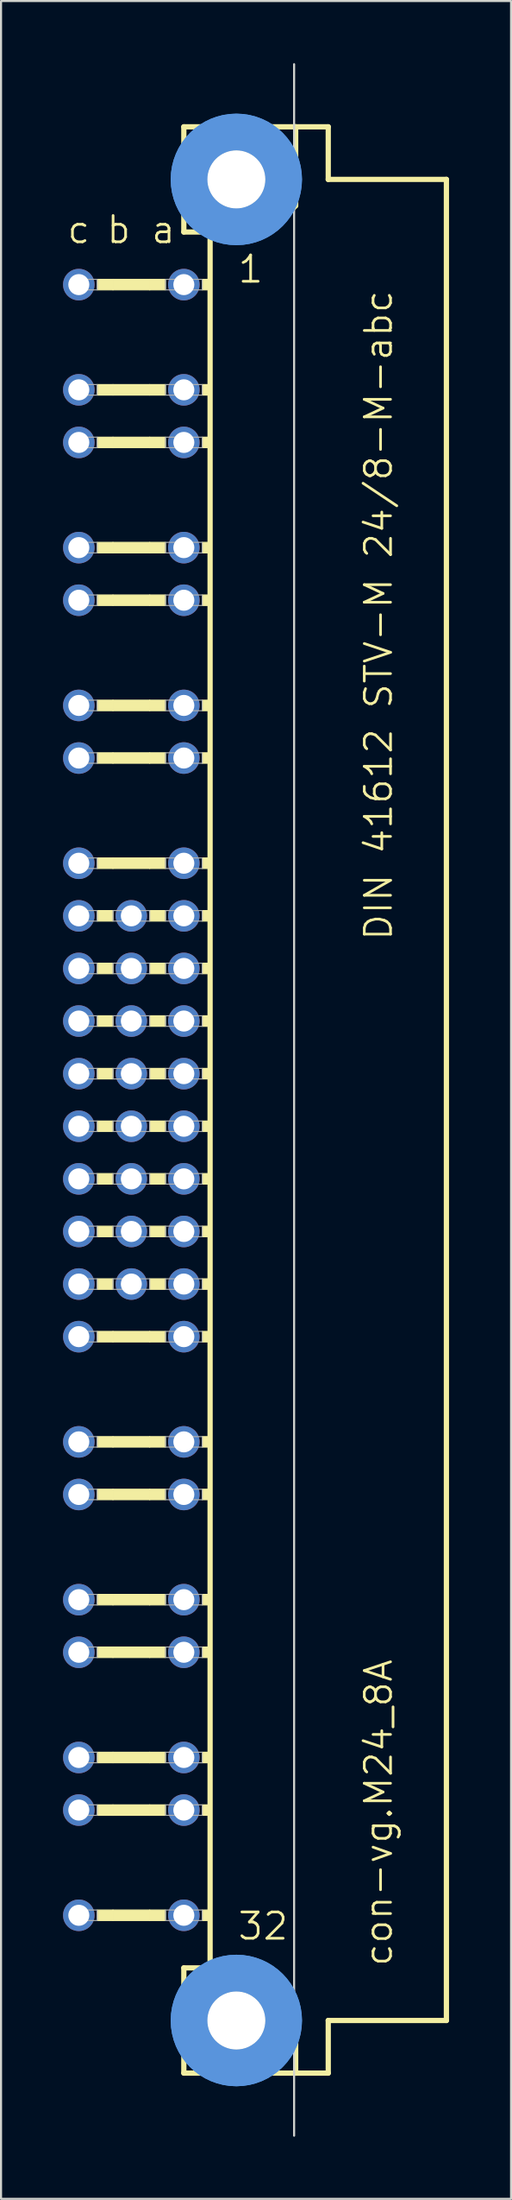
<source format=kicad_pcb>
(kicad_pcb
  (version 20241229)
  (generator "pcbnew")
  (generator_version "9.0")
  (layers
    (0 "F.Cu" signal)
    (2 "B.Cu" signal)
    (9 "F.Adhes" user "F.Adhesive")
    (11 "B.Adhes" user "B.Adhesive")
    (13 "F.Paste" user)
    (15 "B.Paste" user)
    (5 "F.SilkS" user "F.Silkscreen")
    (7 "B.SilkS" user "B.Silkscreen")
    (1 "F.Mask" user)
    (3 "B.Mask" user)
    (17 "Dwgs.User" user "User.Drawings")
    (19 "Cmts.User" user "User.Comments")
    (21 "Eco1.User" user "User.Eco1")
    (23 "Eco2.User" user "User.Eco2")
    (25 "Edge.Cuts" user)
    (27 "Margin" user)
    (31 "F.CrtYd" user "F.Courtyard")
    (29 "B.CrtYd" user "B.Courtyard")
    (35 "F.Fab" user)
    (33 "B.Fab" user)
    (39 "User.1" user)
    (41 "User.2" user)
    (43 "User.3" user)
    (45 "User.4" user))
  (footprint "con-vg.M24_8A"
    (layer "F.Cu")
    (at 8.382 50.063)
    (property "Reference" "con-vg.M24_8A" (at 7.62 41.91 90) (layer "F.SilkS") (effects (font (size 1.27 1.27) (thickness 0.13)) (justify left bottom)))
    (attr through_hole)
    (fp_line (start -2.54 -46.99) (end -2.54 -41.91) (stroke (width 0.254) (type default)) (layer "F.SilkS"))
    (fp_line (start -2.54 -41.91) (end -1.27 -41.91) (stroke (width 0.254) (type default)) (layer "F.SilkS"))
    (fp_line (start -2.54 41.91) (end -2.54 46.99) (stroke (width 0.254) (type default)) (layer "F.SilkS"))
    (fp_line (start -2.54 41.91) (end -1.27 41.91) (stroke (width 0.254) (type default)) (layer "F.SilkS"))
    (fp_line (start -2.54 46.99) (end 2.87 46.99) (stroke (width 0.254) (type default)) (layer "F.SilkS"))
    (fp_line (start -1.27 -41.91) (end -1.27 41.91) (stroke (width 0.254) (type default)) (layer "F.SilkS"))
    (fp_line (start -1.27 -41.91) (end 1.6 -41.91) (stroke (width 0.254) (type default)) (layer "F.SilkS"))
    (fp_line (start -1.27 41.91) (end 1.27 41.91) (stroke (width 0.254) (type default)) (layer "F.SilkS"))
    (fp_line (start 1.6 -41.91) (end 2.87 -43.18) (stroke (width 0.254) (type default)) (layer "F.SilkS"))
    (fp_line (start 2.87 -46.99) (end -2.54 -46.99) (stroke (width 0.254) (type default)) (layer "F.SilkS"))
    (fp_line (start 2.87 -43.18) (end 2.87 -46.99) (stroke (width 0.254) (type default)) (layer "F.SilkS"))
    (fp_line (start 2.87 43.51) (end 1.27 41.91) (stroke (width 0.254) (type default)) (layer "F.SilkS"))
    (fp_line (start 2.87 43.51) (end 2.87 46.99) (stroke (width 0.254) (type default)) (layer "F.SilkS"))
    (fp_line (start 2.87 46.99) (end 4.445 46.99) (stroke (width 0.254) (type default)) (layer "F.SilkS"))
    (fp_line (start 4.445 -46.99) (end 2.87 -46.99) (stroke (width 0.254) (type default)) (layer "F.SilkS"))
    (fp_line (start 4.445 -44.45) (end 4.445 -46.99) (stroke (width 0.254) (type default)) (layer "F.SilkS"))
    (fp_line (start 4.445 44.45) (end 10.16 44.45) (stroke (width 0.254) (type default)) (layer "F.SilkS"))
    (fp_line (start 4.445 46.99) (end 4.445 44.45) (stroke (width 0.254) (type default)) (layer "F.SilkS"))
    (fp_line (start 10.16 -44.45) (end 4.445 -44.45) (stroke (width 0.254) (type default)) (layer "F.SilkS"))
    (fp_line (start 10.16 44.45) (end 10.16 -44.45) (stroke (width 0.254) (type default)) (layer "F.SilkS"))
    (fp_rect (start -6.731 -39.116) (end -5.969 -39.624) (stroke (width 0.05) (type default)) (fill yes) (layer "F.SilkS"))
    (fp_rect (start -6.731 -34.036) (end -5.969 -34.544) (stroke (width 0.05) (type default)) (fill yes) (layer "F.SilkS"))
    (fp_rect (start -6.731 -31.496) (end -5.969 -32.004) (stroke (width 0.05) (type default)) (fill yes) (layer "F.SilkS"))
    (fp_rect (start -6.731 -26.416) (end -5.969 -26.924) (stroke (width 0.05) (type default)) (fill yes) (layer "F.SilkS"))
    (fp_rect (start -6.731 -23.876) (end -5.969 -24.384) (stroke (width 0.05) (type default)) (fill yes) (layer "F.SilkS"))
    (fp_rect (start -6.731 -18.796) (end -5.969 -19.304) (stroke (width 0.05) (type default)) (fill yes) (layer "F.SilkS"))
    (fp_rect (start -6.731 -16.256) (end -5.969 -16.764) (stroke (width 0.05) (type default)) (fill yes) (layer "F.SilkS"))
    (fp_rect (start -6.731 -11.176) (end -5.969 -11.684) (stroke (width 0.05) (type default)) (fill yes) (layer "F.SilkS"))
    (fp_rect (start -6.731 -8.636) (end -5.969 -9.144) (stroke (width 0.05) (type default)) (fill yes) (layer "F.SilkS"))
    (fp_rect (start -6.731 -6.096) (end -5.969 -6.604) (stroke (width 0.05) (type default)) (fill yes) (layer "F.SilkS"))
    (fp_rect (start -6.731 -3.556) (end -5.969 -4.064) (stroke (width 0.05) (type default)) (fill yes) (layer "F.SilkS"))
    (fp_rect (start -6.731 -1.016) (end -5.969 -1.524) (stroke (width 0.05) (type default)) (fill yes) (layer "F.SilkS"))
    (fp_rect (start -6.731 1.524) (end -5.969 1.016) (stroke (width 0.05) (type default)) (fill yes) (layer "F.SilkS"))
    (fp_rect (start -6.731 4.064) (end -5.969 3.556) (stroke (width 0.05) (type default)) (fill yes) (layer "F.SilkS"))
    (fp_rect (start -6.731 6.604) (end -5.969 6.096) (stroke (width 0.05) (type default)) (fill yes) (layer "F.SilkS"))
    (fp_rect (start -6.731 9.144) (end -5.969 8.636) (stroke (width 0.05) (type default)) (fill yes) (layer "F.SilkS"))
    (fp_rect (start -6.731 11.684) (end -5.969 11.176) (stroke (width 0.05) (type default)) (fill yes) (layer "F.SilkS"))
    (fp_rect (start -6.731 16.764) (end -5.969 16.256) (stroke (width 0.05) (type default)) (fill yes) (layer "F.SilkS"))
    (fp_rect (start -6.731 19.304) (end -5.969 18.796) (stroke (width 0.05) (type default)) (fill yes) (layer "F.SilkS"))
    (fp_rect (start -6.731 24.384) (end -5.969 23.876) (stroke (width 0.05) (type default)) (fill yes) (layer "F.SilkS"))
    (fp_rect (start -6.731 26.924) (end -5.969 26.416) (stroke (width 0.05) (type default)) (fill yes) (layer "F.SilkS"))
    (fp_rect (start -6.731 32.004) (end -5.969 31.496) (stroke (width 0.05) (type default)) (fill yes) (layer "F.SilkS"))
    (fp_rect (start -6.731 34.544) (end -5.969 34.036) (stroke (width 0.05) (type default)) (fill yes) (layer "F.SilkS"))
    (fp_rect (start -6.731 39.624) (end -5.969 39.116) (stroke (width 0.05) (type default)) (fill yes) (layer "F.SilkS"))
    (fp_rect (start -5.969 -39.116) (end -4.191 -39.624) (stroke (width 0.05) (type default)) (fill yes) (layer "F.SilkS"))
    (fp_rect (start -5.969 -34.036) (end -4.191 -34.544) (stroke (width 0.05) (type default)) (fill yes) (layer "F.SilkS"))
    (fp_rect (start -5.969 -31.496) (end -4.191 -32.004) (stroke (width 0.05) (type default)) (fill yes) (layer "F.SilkS"))
    (fp_rect (start -5.969 -26.416) (end -4.191 -26.924) (stroke (width 0.05) (type default)) (fill yes) (layer "F.SilkS"))
    (fp_rect (start -5.969 -23.876) (end -4.191 -24.384) (stroke (width 0.05) (type default)) (fill yes) (layer "F.SilkS"))
    (fp_rect (start -5.969 -18.796) (end -4.191 -19.304) (stroke (width 0.05) (type default)) (fill yes) (layer "F.SilkS"))
    (fp_rect (start -5.969 -16.256) (end -4.191 -16.764) (stroke (width 0.05) (type default)) (fill yes) (layer "F.SilkS"))
    (fp_rect (start -5.969 -11.176) (end -4.191 -11.684) (stroke (width 0.05) (type default)) (fill yes) (layer "F.SilkS"))
    (fp_rect (start -5.969 11.684) (end -4.191 11.176) (stroke (width 0.05) (type default)) (fill yes) (layer "F.SilkS"))
    (fp_rect (start -5.969 16.764) (end -4.191 16.256) (stroke (width 0.05) (type default)) (fill yes) (layer "F.SilkS"))
    (fp_rect (start -5.969 19.304) (end -4.191 18.796) (stroke (width 0.05) (type default)) (fill yes) (layer "F.SilkS"))
    (fp_rect (start -5.969 24.384) (end -4.191 23.876) (stroke (width 0.05) (type default)) (fill yes) (layer "F.SilkS"))
    (fp_rect (start -5.969 26.924) (end -4.191 26.416) (stroke (width 0.05) (type default)) (fill yes) (layer "F.SilkS"))
    (fp_rect (start -5.969 32.004) (end -4.191 31.496) (stroke (width 0.05) (type default)) (fill yes) (layer "F.SilkS"))
    (fp_rect (start -5.969 34.544) (end -4.191 34.036) (stroke (width 0.05) (type default)) (fill yes) (layer "F.SilkS"))
    (fp_rect (start -5.969 39.624) (end -4.191 39.116) (stroke (width 0.05) (type default)) (fill yes) (layer "F.SilkS"))
    (fp_rect (start -4.191 -39.116) (end -3.429 -39.624) (stroke (width 0.05) (type default)) (fill yes) (layer "F.SilkS"))
    (fp_rect (start -4.191 -34.036) (end -3.429 -34.544) (stroke (width 0.05) (type default)) (fill yes) (layer "F.SilkS"))
    (fp_rect (start -4.191 -31.496) (end -3.429 -32.004) (stroke (width 0.05) (type default)) (fill yes) (layer "F.SilkS"))
    (fp_rect (start -4.191 -26.416) (end -3.429 -26.924) (stroke (width 0.05) (type default)) (fill yes) (layer "F.SilkS"))
    (fp_rect (start -4.191 -23.876) (end -3.429 -24.384) (stroke (width 0.05) (type default)) (fill yes) (layer "F.SilkS"))
    (fp_rect (start -4.191 -18.796) (end -3.429 -19.304) (stroke (width 0.05) (type default)) (fill yes) (layer "F.SilkS"))
    (fp_rect (start -4.191 -16.256) (end -3.429 -16.764) (stroke (width 0.05) (type default)) (fill yes) (layer "F.SilkS"))
    (fp_rect (start -4.191 -11.176) (end -3.429 -11.684) (stroke (width 0.05) (type default)) (fill yes) (layer "F.SilkS"))
    (fp_rect (start -4.191 -8.636) (end -3.429 -9.144) (stroke (width 0.05) (type default)) (fill yes) (layer "F.SilkS"))
    (fp_rect (start -4.191 -6.096) (end -3.429 -6.604) (stroke (width 0.05) (type default)) (fill yes) (layer "F.SilkS"))
    (fp_rect (start -4.191 -3.556) (end -3.429 -4.064) (stroke (width 0.05) (type default)) (fill yes) (layer "F.SilkS"))
    (fp_rect (start -4.191 -1.016) (end -3.429 -1.524) (stroke (width 0.05) (type default)) (fill yes) (layer "F.SilkS"))
    (fp_rect (start -4.191 1.524) (end -3.429 1.016) (stroke (width 0.05) (type default)) (fill yes) (layer "F.SilkS"))
    (fp_rect (start -4.191 4.064) (end -3.429 3.556) (stroke (width 0.05) (type default)) (fill yes) (layer "F.SilkS"))
    (fp_rect (start -4.191 6.604) (end -3.429 6.096) (stroke (width 0.05) (type default)) (fill yes) (layer "F.SilkS"))
    (fp_rect (start -4.191 9.144) (end -3.429 8.636) (stroke (width 0.05) (type default)) (fill yes) (layer "F.SilkS"))
    (fp_rect (start -4.191 11.684) (end -3.429 11.176) (stroke (width 0.05) (type default)) (fill yes) (layer "F.SilkS"))
    (fp_rect (start -4.191 16.764) (end -3.429 16.256) (stroke (width 0.05) (type default)) (fill yes) (layer "F.SilkS"))
    (fp_rect (start -4.191 19.304) (end -3.429 18.796) (stroke (width 0.05) (type default)) (fill yes) (layer "F.SilkS"))
    (fp_rect (start -4.191 24.384) (end -3.429 23.876) (stroke (width 0.05) (type default)) (fill yes) (layer "F.SilkS"))
    (fp_rect (start -4.191 26.924) (end -3.429 26.416) (stroke (width 0.05) (type default)) (fill yes) (layer "F.SilkS"))
    (fp_rect (start -4.191 32.004) (end -3.429 31.496) (stroke (width 0.05) (type default)) (fill yes) (layer "F.SilkS"))
    (fp_rect (start -4.191 34.544) (end -3.429 34.036) (stroke (width 0.05) (type default)) (fill yes) (layer "F.SilkS"))
    (fp_rect (start -4.191 39.624) (end -3.429 39.116) (stroke (width 0.05) (type default)) (fill yes) (layer "F.SilkS"))
    (fp_rect (start -1.651 -39.116) (end -1.27 -39.624) (stroke (width 0.05) (type default)) (fill yes) (layer "F.SilkS"))
    (fp_rect (start -1.651 -34.036) (end -1.27 -34.544) (stroke (width 0.05) (type default)) (fill yes) (layer "F.SilkS"))
    (fp_rect (start -1.651 -31.496) (end -1.27 -32.004) (stroke (width 0.05) (type default)) (fill yes) (layer "F.SilkS"))
    (fp_rect (start -1.651 -26.416) (end -1.27 -26.924) (stroke (width 0.05) (type default)) (fill yes) (layer "F.SilkS"))
    (fp_rect (start -1.651 -23.876) (end -1.27 -24.384) (stroke (width 0.05) (type default)) (fill yes) (layer "F.SilkS"))
    (fp_rect (start -1.651 -18.796) (end -1.27 -19.304) (stroke (width 0.05) (type default)) (fill yes) (layer "F.SilkS"))
    (fp_rect (start -1.651 -16.256) (end -1.27 -16.764) (stroke (width 0.05) (type default)) (fill yes) (layer "F.SilkS"))
    (fp_rect (start -1.651 -11.176) (end -1.27 -11.684) (stroke (width 0.05) (type default)) (fill yes) (layer "F.SilkS"))
    (fp_rect (start -1.651 -8.636) (end -1.27 -9.144) (stroke (width 0.05) (type default)) (fill yes) (layer "F.SilkS"))
    (fp_rect (start -1.651 -6.096) (end -1.27 -6.604) (stroke (width 0.05) (type default)) (fill yes) (layer "F.SilkS"))
    (fp_rect (start -1.651 -3.556) (end -1.27 -4.064) (stroke (width 0.05) (type default)) (fill yes) (layer "F.SilkS"))
    (fp_rect (start -1.651 -1.016) (end -1.27 -1.524) (stroke (width 0.05) (type default)) (fill yes) (layer "F.SilkS"))
    (fp_rect (start -1.651 1.524) (end -1.27 1.016) (stroke (width 0.05) (type default)) (fill yes) (layer "F.SilkS"))
    (fp_rect (start -1.651 4.064) (end -1.27 3.556) (stroke (width 0.05) (type default)) (fill yes) (layer "F.SilkS"))
    (fp_rect (start -1.651 6.604) (end -1.27 6.096) (stroke (width 0.05) (type default)) (fill yes) (layer "F.SilkS"))
    (fp_rect (start -1.651 9.144) (end -1.27 8.636) (stroke (width 0.05) (type default)) (fill yes) (layer "F.SilkS"))
    (fp_rect (start -1.651 11.684) (end -1.27 11.176) (stroke (width 0.05) (type default)) (fill yes) (layer "F.SilkS"))
    (fp_rect (start -1.651 16.764) (end -1.27 16.256) (stroke (width 0.05) (type default)) (fill yes) (layer "F.SilkS"))
    (fp_rect (start -1.651 19.304) (end -1.27 18.796) (stroke (width 0.05) (type default)) (fill yes) (layer "F.SilkS"))
    (fp_rect (start -1.651 24.384) (end -1.27 23.876) (stroke (width 0.05) (type default)) (fill yes) (layer "F.SilkS"))
    (fp_rect (start -1.651 26.924) (end -1.27 26.416) (stroke (width 0.05) (type default)) (fill yes) (layer "F.SilkS"))
    (fp_rect (start -1.651 32.004) (end -1.27 31.496) (stroke (width 0.05) (type default)) (fill yes) (layer "F.SilkS"))
    (fp_rect (start -1.651 34.544) (end -1.27 34.036) (stroke (width 0.05) (type default)) (fill yes) (layer "F.SilkS"))
    (fp_rect (start -1.651 39.624) (end -1.27 39.116) (stroke (width 0.05) (type default)) (fill yes) (layer "F.SilkS"))
    (fp_circle (center 0 -44.45) (end 1.27 -44.45) (stroke (width 0.254) (type default)) (fill no) (layer "F.SilkS"))
    (fp_circle (center 0 44.45) (end 1.27 44.45) (stroke (width 0.254) (type default)) (fill no) (layer "F.SilkS"))
    (fp_circle (center 0 -44.45) (end 2.286 -44.45) (stroke (width 1.778) (type default)) (fill no) (layer "Cmts.User"))
    (fp_circle (center 0 -44.45) (end 2.286 -44.45) (stroke (width 1.778) (type default)) (fill no) (layer "Cmts.User"))
    (fp_circle (center 0 44.45) (end 2.286 44.45) (stroke (width 1.778) (type default)) (fill no) (layer "Cmts.User"))
    (fp_circle (center 0 44.45) (end 2.286 44.45) (stroke (width 1.778) (type default)) (fill no) (layer "Cmts.User"))
    (fp_line (start 2.794 50.013) (end 2.794 -50.013) (stroke (width 0.1) (type default)) (layer "Edge.Cuts"))
    (fp_rect (start -7.874 -39.116) (end -6.731 -39.624) (stroke (width 0.05) (type default)) (fill no) (layer "F.Fab"))
    (fp_rect (start -7.874 -34.036) (end -6.731 -34.544) (stroke (width 0.05) (type default)) (fill no) (layer "F.Fab"))
    (fp_rect (start -7.874 -31.496) (end -6.731 -32.004) (stroke (width 0.05) (type default)) (fill no) (layer "F.Fab"))
    (fp_rect (start -7.874 -26.416) (end -6.731 -26.924) (stroke (width 0.05) (type default)) (fill no) (layer "F.Fab"))
    (fp_rect (start -7.874 -23.876) (end -6.731 -24.384) (stroke (width 0.05) (type default)) (fill no) (layer "F.Fab"))
    (fp_rect (start -7.874 -18.796) (end -6.731 -19.304) (stroke (width 0.05) (type default)) (fill no) (layer "F.Fab"))
    (fp_rect (start -7.874 -16.256) (end -6.731 -16.764) (stroke (width 0.05) (type default)) (fill no) (layer "F.Fab"))
    (fp_rect (start -7.874 -11.176) (end -6.731 -11.684) (stroke (width 0.05) (type default)) (fill no) (layer "F.Fab"))
    (fp_rect (start -7.874 -8.636) (end -6.731 -9.144) (stroke (width 0.05) (type default)) (fill no) (layer "F.Fab"))
    (fp_rect (start -7.874 -6.096) (end -6.731 -6.604) (stroke (width 0.05) (type default)) (fill no) (layer "F.Fab"))
    (fp_rect (start -7.874 -3.556) (end -6.731 -4.064) (stroke (width 0.05) (type default)) (fill no) (layer "F.Fab"))
    (fp_rect (start -7.874 -1.016) (end -6.731 -1.524) (stroke (width 0.05) (type default)) (fill no) (layer "F.Fab"))
    (fp_rect (start -7.874 1.524) (end -6.731 1.016) (stroke (width 0.05) (type default)) (fill no) (layer "F.Fab"))
    (fp_rect (start -7.874 4.064) (end -6.731 3.556) (stroke (width 0.05) (type default)) (fill no) (layer "F.Fab"))
    (fp_rect (start -7.874 6.604) (end -6.731 6.096) (stroke (width 0.05) (type default)) (fill no) (layer "F.Fab"))
    (fp_rect (start -7.874 9.144) (end -6.731 8.636) (stroke (width 0.05) (type default)) (fill no) (layer "F.Fab"))
    (fp_rect (start -7.874 11.684) (end -6.731 11.176) (stroke (width 0.05) (type default)) (fill no) (layer "F.Fab"))
    (fp_rect (start -7.874 16.764) (end -6.731 16.256) (stroke (width 0.05) (type default)) (fill no) (layer "F.Fab"))
    (fp_rect (start -7.874 19.304) (end -6.731 18.796) (stroke (width 0.05) (type default)) (fill no) (layer "F.Fab"))
    (fp_rect (start -7.874 24.384) (end -6.731 23.876) (stroke (width 0.05) (type default)) (fill no) (layer "F.Fab"))
    (fp_rect (start -7.874 26.924) (end -6.731 26.416) (stroke (width 0.05) (type default)) (fill no) (layer "F.Fab"))
    (fp_rect (start -7.874 32.004) (end -6.731 31.496) (stroke (width 0.05) (type default)) (fill no) (layer "F.Fab"))
    (fp_rect (start -7.874 34.544) (end -6.731 34.036) (stroke (width 0.05) (type default)) (fill no) (layer "F.Fab"))
    (fp_rect (start -7.874 39.624) (end -6.731 39.116) (stroke (width 0.05) (type default)) (fill no) (layer "F.Fab"))
    (fp_rect (start -5.969 -8.636) (end -4.191 -9.144) (stroke (width 0.05) (type default)) (fill no) (layer "F.Fab"))
    (fp_rect (start -5.969 -6.096) (end -4.191 -6.604) (stroke (width 0.05) (type default)) (fill no) (layer "F.Fab"))
    (fp_rect (start -5.969 -3.556) (end -4.191 -4.064) (stroke (width 0.05) (type default)) (fill no) (layer "F.Fab"))
    (fp_rect (start -5.969 -1.016) (end -4.191 -1.524) (stroke (width 0.05) (type default)) (fill no) (layer "F.Fab"))
    (fp_rect (start -5.969 1.524) (end -4.191 1.016) (stroke (width 0.05) (type default)) (fill no) (layer "F.Fab"))
    (fp_rect (start -5.969 4.064) (end -4.191 3.556) (stroke (width 0.05) (type default)) (fill no) (layer "F.Fab"))
    (fp_rect (start -5.969 6.604) (end -4.191 6.096) (stroke (width 0.05) (type default)) (fill no) (layer "F.Fab"))
    (fp_rect (start -5.969 9.144) (end -4.191 8.636) (stroke (width 0.05) (type default)) (fill no) (layer "F.Fab"))
    (fp_rect (start -3.429 -39.116) (end -1.651 -39.624) (stroke (width 0.05) (type default)) (fill no) (layer "F.Fab"))
    (fp_rect (start -3.429 -34.036) (end -1.651 -34.544) (stroke (width 0.05) (type default)) (fill no) (layer "F.Fab"))
    (fp_rect (start -3.429 -31.496) (end -1.651 -32.004) (stroke (width 0.05) (type default)) (fill no) (layer "F.Fab"))
    (fp_rect (start -3.429 -26.416) (end -1.651 -26.924) (stroke (width 0.05) (type default)) (fill no) (layer "F.Fab"))
    (fp_rect (start -3.429 -23.876) (end -1.651 -24.384) (stroke (width 0.05) (type default)) (fill no) (layer "F.Fab"))
    (fp_rect (start -3.429 -18.796) (end -1.651 -19.304) (stroke (width 0.05) (type default)) (fill no) (layer "F.Fab"))
    (fp_rect (start -3.429 -16.256) (end -1.651 -16.764) (stroke (width 0.05) (type default)) (fill no) (layer "F.Fab"))
    (fp_rect (start -3.429 -11.176) (end -1.651 -11.684) (stroke (width 0.05) (type default)) (fill no) (layer "F.Fab"))
    (fp_rect (start -3.429 -8.636) (end -1.651 -9.144) (stroke (width 0.05) (type default)) (fill no) (layer "F.Fab"))
    (fp_rect (start -3.429 -6.096) (end -1.651 -6.604) (stroke (width 0.05) (type default)) (fill no) (layer "F.Fab"))
    (fp_rect (start -3.429 -3.556) (end -1.651 -4.064) (stroke (width 0.05) (type default)) (fill no) (layer "F.Fab"))
    (fp_rect (start -3.429 -1.016) (end -1.651 -1.524) (stroke (width 0.05) (type default)) (fill no) (layer "F.Fab"))
    (fp_rect (start -3.429 1.524) (end -1.651 1.016) (stroke (width 0.05) (type default)) (fill no) (layer "F.Fab"))
    (fp_rect (start -3.429 4.064) (end -1.651 3.556) (stroke (width 0.05) (type default)) (fill no) (layer "F.Fab"))
    (fp_rect (start -3.429 6.604) (end -1.651 6.096) (stroke (width 0.05) (type default)) (fill no) (layer "F.Fab"))
    (fp_rect (start -3.429 9.144) (end -1.651 8.636) (stroke (width 0.05) (type default)) (fill no) (layer "F.Fab"))
    (fp_rect (start -3.429 11.684) (end -1.651 11.176) (stroke (width 0.05) (type default)) (fill no) (layer "F.Fab"))
    (fp_rect (start -3.429 16.764) (end -1.651 16.256) (stroke (width 0.05) (type default)) (fill no) (layer "F.Fab"))
    (fp_rect (start -3.429 19.304) (end -1.651 18.796) (stroke (width 0.05) (type default)) (fill no) (layer "F.Fab"))
    (fp_rect (start -3.429 24.384) (end -1.651 23.876) (stroke (width 0.05) (type default)) (fill no) (layer "F.Fab"))
    (fp_rect (start -3.429 26.924) (end -1.651 26.416) (stroke (width 0.05) (type default)) (fill no) (layer "F.Fab"))
    (fp_rect (start -3.429 32.004) (end -1.651 31.496) (stroke (width 0.05) (type default)) (fill no) (layer "F.Fab"))
    (fp_rect (start -3.429 34.544) (end -1.651 34.036) (stroke (width 0.05) (type default)) (fill no) (layer "F.Fab"))
    (fp_rect (start -3.429 39.624) (end -1.651 39.116) (stroke (width 0.05) (type default)) (fill no) (layer "F.Fab"))
    (fp_text user "c" (at -8.255 -41.275 0) (layer "F.SilkS") (effects (font (size 1.27 1.27) (thickness 0.13)) (justify left bottom)))
    (fp_text user "DIN 41612 STV-M 24/8-M-abc" (at 7.62 -7.62 90) (layer "F.SilkS") (effects (font (size 1.27 1.27) (thickness 0.13)) (justify left bottom)))
    (fp_text user "b" (at -6.35 -41.275 0) (layer "F.SilkS") (effects (font (size 1.27 1.27) (thickness 0.13)) (justify left bottom)))
    (fp_text user "32" (at 0 40.64 0) (layer "F.SilkS") (effects (font (size 1.27 1.27) (thickness 0.13)) (justify left bottom)))
    (fp_text user "a" (at -4.191 -41.275 0) (layer "F.SilkS") (effects (font (size 1.27 1.27) (thickness 0.13)) (justify left bottom)))
    (fp_text user "1" (at 0 -39.37 0) (layer "F.SilkS") (effects (font (size 1.27 1.27) (thickness 0.13)) (justify left bottom)))
    (pad "" np_thru_hole circle (at 0 -44.45) (size 2.8 2.8) (drill 2.8) (layers "*.Cu" "*.Mask"))
    (pad "" np_thru_hole circle (at 0 44.45) (size 2.8 2.8) (drill 2.8) (layers "*.Cu" "*.Mask"))
    (pad "A1" thru_hole circle (at -2.54 -39.37) (size 1.524 1.524) (drill 1.016) (layers "*.Cu" "*.Mask"))
    (pad "A3" thru_hole circle (at -2.54 -34.29) (size 1.524 1.524) (drill 1.016) (layers "*.Cu" "*.Mask"))
    (pad "A4" thru_hole circle (at -2.54 -31.75) (size 1.524 1.524) (drill 1.016) (layers "*.Cu" "*.Mask"))
    (pad "A6" thru_hole circle (at -2.54 -26.67) (size 1.524 1.524) (drill 1.016) (layers "*.Cu" "*.Mask"))
    (pad "A7" thru_hole circle (at -2.54 -24.13) (size 1.524 1.524) (drill 1.016) (layers "*.Cu" "*.Mask"))
    (pad "A9" thru_hole circle (at -2.54 -19.05) (size 1.524 1.524) (drill 1.016) (layers "*.Cu" "*.Mask"))
    (pad "A10" thru_hole circle (at -2.54 -16.51) (size 1.524 1.524) (drill 1.016) (layers "*.Cu" "*.Mask"))
    (pad "A12" thru_hole circle (at -2.54 -11.43) (size 1.524 1.524) (drill 1.016) (layers "*.Cu" "*.Mask"))
    (pad "A13" thru_hole circle (at -2.54 -8.89) (size 1.524 1.524) (drill 1.016) (layers "*.Cu" "*.Mask"))
    (pad "A14" thru_hole circle (at -2.54 -6.35) (size 1.524 1.524) (drill 1.016) (layers "*.Cu" "*.Mask"))
    (pad "A15" thru_hole circle (at -2.54 -3.81) (size 1.524 1.524) (drill 1.016) (layers "*.Cu" "*.Mask"))
    (pad "A16" thru_hole circle (at -2.54 -1.27) (size 1.524 1.524) (drill 1.016) (layers "*.Cu" "*.Mask"))
    (pad "A17" thru_hole circle (at -2.54 1.27) (size 1.524 1.524) (drill 1.016) (layers "*.Cu" "*.Mask"))
    (pad "A18" thru_hole circle (at -2.54 3.81) (size 1.524 1.524) (drill 1.016) (layers "*.Cu" "*.Mask"))
    (pad "A19" thru_hole circle (at -2.54 6.35) (size 1.524 1.524) (drill 1.016) (layers "*.Cu" "*.Mask"))
    (pad "A20" thru_hole circle (at -2.54 8.89) (size 1.524 1.524) (drill 1.016) (layers "*.Cu" "*.Mask"))
    (pad "A21" thru_hole circle (at -2.54 11.43) (size 1.524 1.524) (drill 1.016) (layers "*.Cu" "*.Mask"))
    (pad "A23" thru_hole circle (at -2.54 16.51) (size 1.524 1.524) (drill 1.016) (layers "*.Cu" "*.Mask"))
    (pad "A24" thru_hole circle (at -2.54 19.05) (size 1.524 1.524) (drill 1.016) (layers "*.Cu" "*.Mask"))
    (pad "A26" thru_hole circle (at -2.54 24.13) (size 1.524 1.524) (drill 1.016) (layers "*.Cu" "*.Mask"))
    (pad "A27" thru_hole circle (at -2.54 26.67) (size 1.524 1.524) (drill 1.016) (layers "*.Cu" "*.Mask"))
    (pad "A29" thru_hole circle (at -2.54 31.75) (size 1.524 1.524) (drill 1.016) (layers "*.Cu" "*.Mask"))
    (pad "A30" thru_hole circle (at -2.54 34.29) (size 1.524 1.524) (drill 1.016) (layers "*.Cu" "*.Mask"))
    (pad "A32" thru_hole circle (at -2.54 39.37) (size 1.524 1.524) (drill 1.016) (layers "*.Cu" "*.Mask"))
    (pad "B13" thru_hole circle (at -5.08 -8.89) (size 1.524 1.524) (drill 1.016) (layers "*.Cu" "*.Mask"))
    (pad "B14" thru_hole circle (at -5.08 -6.35) (size 1.524 1.524) (drill 1.016) (layers "*.Cu" "*.Mask"))
    (pad "B15" thru_hole circle (at -5.08 -3.81) (size 1.524 1.524) (drill 1.016) (layers "*.Cu" "*.Mask"))
    (pad "B16" thru_hole circle (at -5.08 -1.27) (size 1.524 1.524) (drill 1.016) (layers "*.Cu" "*.Mask"))
    (pad "B17" thru_hole circle (at -5.08 1.27) (size 1.524 1.524) (drill 1.016) (layers "*.Cu" "*.Mask"))
    (pad "B18" thru_hole circle (at -5.08 3.81) (size 1.524 1.524) (drill 1.016) (layers "*.Cu" "*.Mask"))
    (pad "B19" thru_hole circle (at -5.08 6.35) (size 1.524 1.524) (drill 1.016) (layers "*.Cu" "*.Mask"))
    (pad "B20" thru_hole circle (at -5.08 8.89) (size 1.524 1.524) (drill 1.016) (layers "*.Cu" "*.Mask"))
    (pad "C1" thru_hole circle (at -7.62 -39.37) (size 1.524 1.524) (drill 1.016) (layers "*.Cu" "*.Mask"))
    (pad "C3" thru_hole circle (at -7.62 -34.29) (size 1.524 1.524) (drill 1.016) (layers "*.Cu" "*.Mask"))
    (pad "C4" thru_hole circle (at -7.62 -31.75) (size 1.524 1.524) (drill 1.016) (layers "*.Cu" "*.Mask"))
    (pad "C6" thru_hole circle (at -7.62 -26.67) (size 1.524 1.524) (drill 1.016) (layers "*.Cu" "*.Mask"))
    (pad "C7" thru_hole circle (at -7.62 -24.13) (size 1.524 1.524) (drill 1.016) (layers "*.Cu" "*.Mask"))
    (pad "C9" thru_hole circle (at -7.62 -19.05) (size 1.524 1.524) (drill 1.016) (layers "*.Cu" "*.Mask"))
    (pad "C10" thru_hole circle (at -7.62 -16.51) (size 1.524 1.524) (drill 1.016) (layers "*.Cu" "*.Mask"))
    (pad "C12" thru_hole circle (at -7.62 -11.43) (size 1.524 1.524) (drill 1.016) (layers "*.Cu" "*.Mask"))
    (pad "C13" thru_hole circle (at -7.62 -8.89) (size 1.524 1.524) (drill 1.016) (layers "*.Cu" "*.Mask"))
    (pad "C14" thru_hole circle (at -7.62 -6.35) (size 1.524 1.524) (drill 1.016) (layers "*.Cu" "*.Mask"))
    (pad "C15" thru_hole circle (at -7.62 -3.81) (size 1.524 1.524) (drill 1.016) (layers "*.Cu" "*.Mask"))
    (pad "C16" thru_hole circle (at -7.62 -1.27) (size 1.524 1.524) (drill 1.016) (layers "*.Cu" "*.Mask"))
    (pad "C17" thru_hole circle (at -7.62 1.27) (size 1.524 1.524) (drill 1.016) (layers "*.Cu" "*.Mask"))
    (pad "C18" thru_hole circle (at -7.62 3.81) (size 1.524 1.524) (drill 1.016) (layers "*.Cu" "*.Mask"))
    (pad "C19" thru_hole circle (at -7.62 6.35) (size 1.524 1.524) (drill 1.016) (layers "*.Cu" "*.Mask"))
    (pad "C20" thru_hole circle (at -7.62 8.89) (size 1.524 1.524) (drill 1.016) (layers "*.Cu" "*.Mask"))
    (pad "C21" thru_hole circle (at -7.62 11.43) (size 1.524 1.524) (drill 1.016) (layers "*.Cu" "*.Mask"))
    (pad "C23" thru_hole circle (at -7.62 16.51) (size 1.524 1.524) (drill 1.016) (layers "*.Cu" "*.Mask"))
    (pad "C24" thru_hole circle (at -7.62 19.05) (size 1.524 1.524) (drill 1.016) (layers "*.Cu" "*.Mask"))
    (pad "C26" thru_hole circle (at -7.62 24.13) (size 1.524 1.524) (drill 1.016) (layers "*.Cu" "*.Mask"))
    (pad "C27" thru_hole circle (at -7.62 26.67) (size 1.524 1.524) (drill 1.016) (layers "*.Cu" "*.Mask"))
    (pad "C29" thru_hole circle (at -7.62 31.75) (size 1.524 1.524) (drill 1.016) (layers "*.Cu" "*.Mask"))
    (pad "C30" thru_hole circle (at -7.62 34.29) (size 1.524 1.524) (drill 1.016) (layers "*.Cu" "*.Mask"))
    (pad "C32" thru_hole circle (at -7.62 39.37) (size 1.524 1.524) (drill 1.016) (layers "*.Cu" "*.Mask")))
  (gr_rect
    (start -3 -3)
    (end 21.669 103.125)
    (stroke (width 0.1) (type default))
    (fill no)
    (layer "Edge.Cuts")))
</source>
